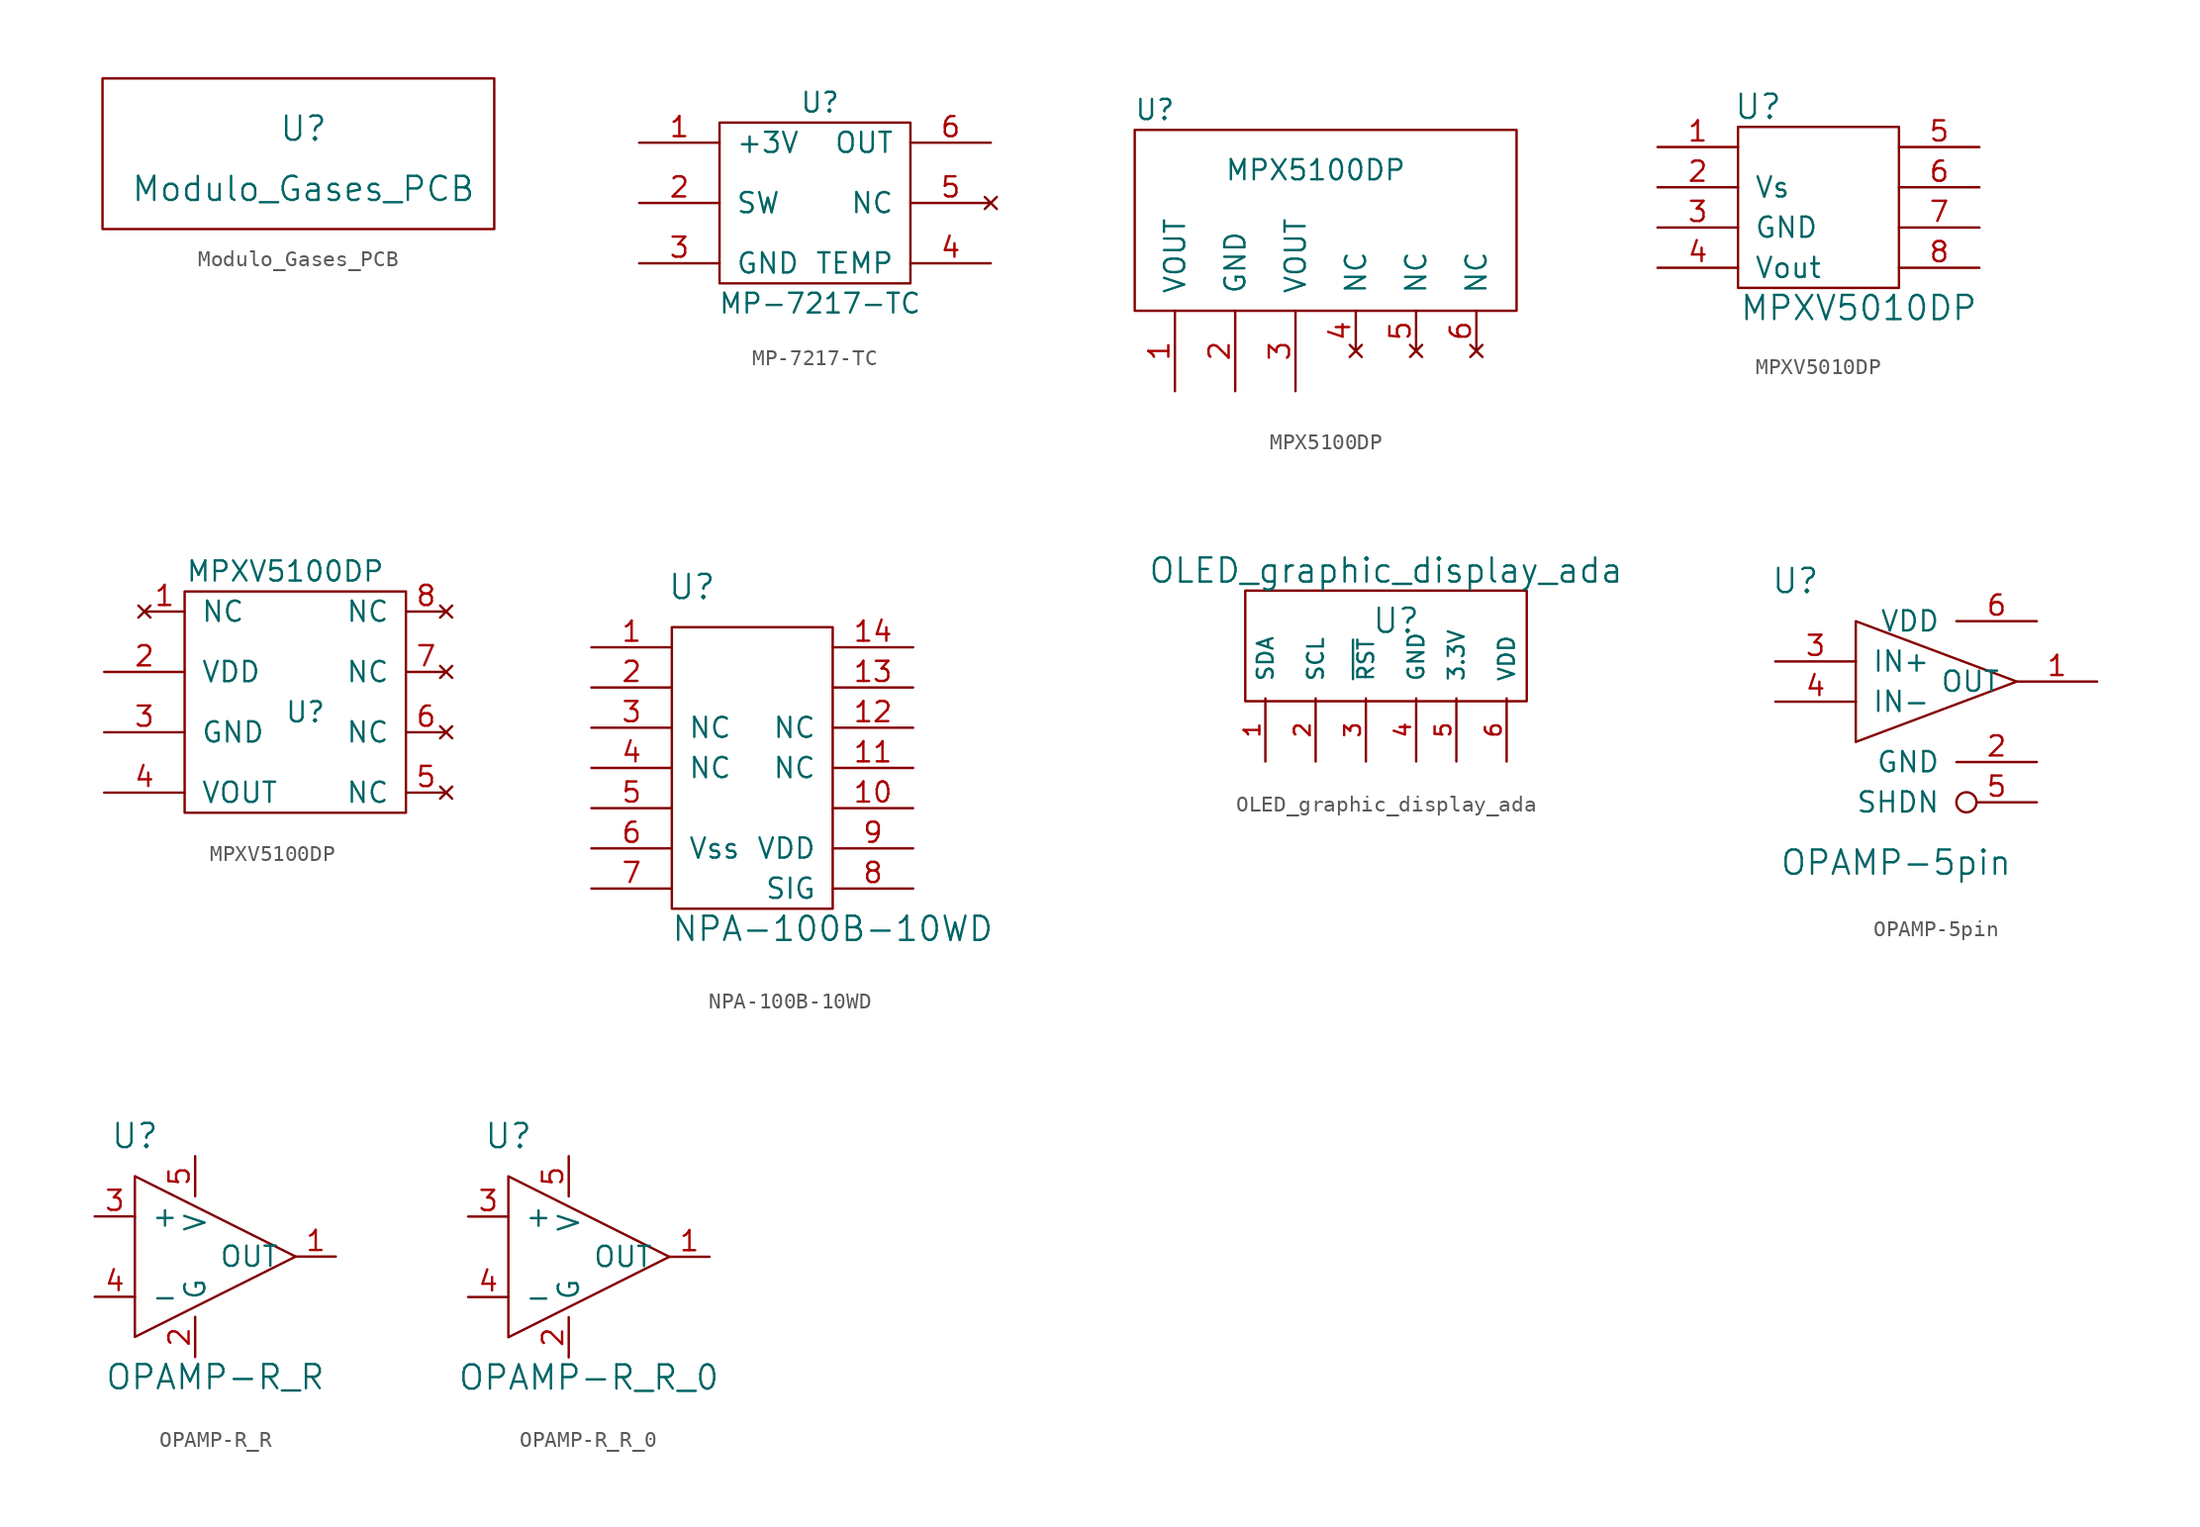
<source format=kicad_sym>
(kicad_symbol_lib
  (version 20211014)
  (generator kicad_symbol_editor)
  (symbol "Modulo_Gases_PCB"
    (pin_names
      (offset 1.016))
    (property "Reference" "U"
      (at 0 10.16 0)
      (effects (font (size 1.524 1.524))))
    (property "Value" "Modulo_Gases_PCB"
      (at 0 6.35 0)
      (effects (font (size 1.524 1.524))))
    (symbol "Modulo_Gases_PCB_0_1"
      (rectangle (start 12.065 3.81) (end -12.7 13.335) (stroke (width 0) (type default) (color 0 0 0 0)) (fill (type none)))))
  (symbol "MP-7217-TC"
    (pin_names
      (offset 1.016))
    (property "Reference" "U"
      (at -3.81 0.635 0)
      (effects (font (size 1.245 1.245))))
    (property "Value" "MP-7217-TC"
      (at -3.81 -12.065 0)
      (effects (font (size 1.245 1.245))))
    (symbol "MP-7217-TC_0_1"
      (rectangle (start 1.905 -0.635) (end -10.16 -10.795) (stroke (width 0) (type default) (color 0 0 0 0)) (fill (type none))))
    (symbol "MP-7217-TC_1_1"
      (pin input line (at -15.24 -1.905 0) (length 5.08) (name "+3V" (effects (font (size 1.27 1.27)))) (number "1" (effects (font (size 1.27 1.27)))))
      (pin input line (at -15.24 -5.715 0) (length 5.08) (name "SW" (effects (font (size 1.27 1.27)))) (number "2" (effects (font (size 1.27 1.27)))))
      (pin input line (at -15.24 -9.525 0) (length 5.08) (name "GND" (effects (font (size 1.27 1.27)))) (number "3" (effects (font (size 1.27 1.27)))))
      (pin input line (at 6.985 -9.525 180) (length 5.08) (name "TEMP" (effects (font (size 1.27 1.27)))) (number "4" (effects (font (size 1.27 1.27)))))
      (pin no_connect line (at 6.985 -5.715 180) (length 5.08) (name "NC" (effects (font (size 1.27 1.27)))) (number "5" (effects (font (size 1.27 1.27)))))
      (pin input line (at 6.985 -1.905 180) (length 5.08) (name "OUT" (effects (font (size 1.27 1.27)))) (number "6" (effects (font (size 1.27 1.27)))))))
  (symbol "MPX5100DP"
    (pin_names
      (offset 1.016))
    (property "Reference" "U"
      (at 1.27 12.7 0)
      (effects (font (size 1.27 1.27))))
    (property "Value" "MPX5100DP"
      (at 11.43 8.89 0)
      (effects (font (size 1.27 1.27))))
    (symbol "MPX5100DP_0_1"
      (rectangle (start 0 0) (end 24.13 11.43) (stroke (width 0) (type default) (color 0 0 0 0)) (fill (type none))))
    (symbol "MPX5100DP_1_1"
      (pin input line (at 2.54 -5.08 90) (length 5.08) (name "VOUT" (effects (font (size 1.27 1.27)))) (number "1" (effects (font (size 1.27 1.27)))))
      (pin input line (at 6.35 -5.08 90) (length 5.08) (name "GND" (effects (font (size 1.27 1.27)))) (number "2" (effects (font (size 1.27 1.27)))))
      (pin input line (at 10.16 -5.08 90) (length 5.08) (name "VOUT" (effects (font (size 1.27 1.27)))) (number "3" (effects (font (size 1.27 1.27)))))
      (pin no_connect line (at 13.97 -2.54 90) (length 2.54) (name "NC" (effects (font (size 1.27 1.27)))) (number "4" (effects (font (size 1.27 1.27)))))
      (pin no_connect line (at 17.78 -2.54 90) (length 2.54) (name "NC" (effects (font (size 1.27 1.27)))) (number "5" (effects (font (size 1.27 1.27)))))
      (pin no_connect line (at 21.59 -2.54 90) (length 2.54) (name "NC" (effects (font (size 1.27 1.27)))) (number "6" (effects (font (size 1.27 1.27)))))))
  (symbol "MPXV5010DP"
    (pin_names
      (offset 1.016))
    (property "Reference" "U"
      (at -3.81 11.43 0)
      (effects (font (size 1.524 1.524))))
    (property "Value" "MPXV5010DP"
      (at 2.54 -1.27 0)
      (effects (font (size 1.524 1.524))))
    (symbol "MPXV5010DP_0_1"
      (rectangle (start -5.08 10.16) (end 5.08 0) (stroke (width 0) (type default) (color 0 0 0 0)) (fill (type none))))
    (symbol "MPXV5010DP_1_1"
      (pin input line (at -10.16 8.89 0) (length 5.08) (name "~" (effects (font (size 1.27 1.27)))) (number "1" (effects (font (size 1.27 1.27)))))
      (pin input line (at -10.16 6.35 0) (length 5.08) (name "Vs" (effects (font (size 1.27 1.27)))) (number "2" (effects (font (size 1.27 1.27)))))
      (pin input line (at -10.16 3.81 0) (length 5.08) (name "GND" (effects (font (size 1.27 1.27)))) (number "3" (effects (font (size 1.27 1.27)))))
      (pin input line (at -10.16 1.27 0) (length 5.08) (name "Vout" (effects (font (size 1.27 1.27)))) (number "4" (effects (font (size 1.27 1.27)))))
      (pin input line (at 10.16 8.89 180) (length 5.08) (name "~" (effects (font (size 1.27 1.27)))) (number "5" (effects (font (size 1.27 1.27)))))
      (pin input line (at 10.16 6.35 180) (length 5.08) (name "~" (effects (font (size 1.27 1.27)))) (number "6" (effects (font (size 1.27 1.27)))))
      (pin input line (at 10.16 3.81 180) (length 5.08) (name "~" (effects (font (size 1.27 1.27)))) (number "7" (effects (font (size 1.27 1.27)))))
      (pin input line (at 10.16 1.27 180) (length 5.08) (name "~" (effects (font (size 1.27 1.27)))) (number "8" (effects (font (size 1.27 1.27)))))))
  (symbol "MPXV5100DP"
    (pin_names
      (offset 1.016))
    (property "Reference" "U"
      (at 7.62 7.62 0)
      (effects (font (size 1.27 1.27))))
    (property "Value" "MPXV5100DP"
      (at 6.35 16.51 0)
      (effects (font (size 1.27 1.27))))
    (symbol "MPXV5100DP_0_1"
      (rectangle (start 0 15.24) (end 13.97 1.27) (stroke (width 0) (type default) (color 0 0 0 0)) (fill (type none))))
    (symbol "MPXV5100DP_1_1"
      (pin no_connect line (at -2.54 13.97 0) (length 2.54) (name "NC" (effects (font (size 1.27 1.27)))) (number "1" (effects (font (size 1.27 1.27)))))
      (pin input line (at -5.08 10.16 0) (length 5.08) (name "VDD" (effects (font (size 1.27 1.27)))) (number "2" (effects (font (size 1.27 1.27)))))
      (pin input line (at -5.08 6.35 0) (length 5.08) (name "GND" (effects (font (size 1.27 1.27)))) (number "3" (effects (font (size 1.27 1.27)))))
      (pin input line (at -5.08 2.54 0) (length 5.08) (name "VOUT" (effects (font (size 1.27 1.27)))) (number "4" (effects (font (size 1.27 1.27)))))
      (pin no_connect line (at 16.51 2.54 180) (length 2.54) (name "NC" (effects (font (size 1.27 1.27)))) (number "5" (effects (font (size 1.27 1.27)))))
      (pin no_connect line (at 16.51 6.35 180) (length 2.54) (name "NC" (effects (font (size 1.27 1.27)))) (number "6" (effects (font (size 1.27 1.27)))))
      (pin no_connect line (at 16.51 10.16 180) (length 2.54) (name "NC" (effects (font (size 1.27 1.27)))) (number "7" (effects (font (size 1.27 1.27)))))
      (pin no_connect line (at 16.51 13.97 180) (length 2.54) (name "NC" (effects (font (size 1.27 1.27)))) (number "8" (effects (font (size 1.27 1.27)))))))
  (symbol "NPA-100B-10WD"
    (pin_names
      (offset 1.016))
    (property "Reference" "U"
      (at -3.81 20.32 0)
      (effects (font (size 1.524 1.524))))
    (property "Value" "NPA-100B-10WD"
      (at 5.08 -1.27 0)
      (effects (font (size 1.524 1.524))))
    (symbol "NPA-100B-10WD_0_1"
      (rectangle (start -5.08 17.78) (end 5.08 0) (stroke (width 0) (type default) (color 0 0 0 0)) (fill (type none))))
    (symbol "NPA-100B-10WD_1_1"
      (pin input line (at -10.16 16.51 0) (length 5.08) (name "~" (effects (font (size 1.27 1.27)))) (number "1" (effects (font (size 1.27 1.27)))))
      (pin input line (at 10.16 6.35 180) (length 5.08) (name "~" (effects (font (size 1.27 1.27)))) (number "10" (effects (font (size 1.27 1.27)))))
      (pin input line (at 10.16 8.89 180) (length 5.08) (name "NC" (effects (font (size 1.27 1.27)))) (number "11" (effects (font (size 1.27 1.27)))))
      (pin input line (at 10.16 11.43 180) (length 5.08) (name "NC" (effects (font (size 1.27 1.27)))) (number "12" (effects (font (size 1.27 1.27)))))
      (pin input line (at 10.16 13.97 180) (length 5.08) (name "~" (effects (font (size 1.27 1.27)))) (number "13" (effects (font (size 1.27 1.27)))))
      (pin input line (at 10.16 16.51 180) (length 5.08) (name "~" (effects (font (size 1.27 1.27)))) (number "14" (effects (font (size 1.27 1.27)))))
      (pin input line (at -10.16 13.97 0) (length 5.08) (name "~" (effects (font (size 1.27 1.27)))) (number "2" (effects (font (size 1.27 1.27)))))
      (pin input line (at -10.16 11.43 0) (length 5.08) (name "NC" (effects (font (size 1.27 1.27)))) (number "3" (effects (font (size 1.27 1.27)))))
      (pin input line (at -10.16 8.89 0) (length 5.08) (name "NC" (effects (font (size 1.27 1.27)))) (number "4" (effects (font (size 1.27 1.27)))))
      (pin input line (at -10.16 6.35 0) (length 5.08) (name "~" (effects (font (size 1.27 1.27)))) (number "5" (effects (font (size 1.27 1.27)))))
      (pin input line (at -10.16 3.81 0) (length 5.08) (name "Vss" (effects (font (size 1.27 1.27)))) (number "6" (effects (font (size 1.27 1.27)))))
      (pin input line (at -10.16 1.27 0) (length 5.08) (name "~" (effects (font (size 1.27 1.27)))) (number "7" (effects (font (size 1.27 1.27)))))
      (pin input line (at 10.16 1.27 180) (length 5.08) (name "SIG" (effects (font (size 1.27 1.27)))) (number "8" (effects (font (size 1.27 1.27)))))
      (pin input line (at 10.16 3.81 180) (length 5.08) (name "VDD" (effects (font (size 1.27 1.27)))) (number "9" (effects (font (size 1.27 1.27)))))))
  (symbol "OLED_graphic_display_ada"
    (pin_names
      (offset 1.016))
    (property "Reference" "U"
      (at 0.635 2.54 0)
      (effects (font (size 1.524 1.524))))
    (property "Value" "OLED_graphic_display_ada"
      (at 0 5.715 0)
      (effects (font (size 1.524 1.524))))
    (symbol "OLED_graphic_display_ada_0_1"
      (rectangle (start 8.89 4.445) (end -8.89 -2.54) (stroke (width 0) (type default) (color 0 0 0 0)) (fill (type none))))
    (symbol "OLED_graphic_display_ada_1_1"
      (pin input line (at -7.62 -6.35 90) (length 3.988) (name "SDA" (effects (font (size 0.991 0.991)))) (number "1" (effects (font (size 0.991 0.991)))))
      (pin input line (at -4.445 -6.35 90) (length 3.988) (name "SCL" (effects (font (size 0.991 0.991)))) (number "2" (effects (font (size 0.991 0.991)))))
      (pin input line (at -1.27 -6.35 90) (length 3.988) (name "~{RST}" (effects (font (size 0.991 0.991)))) (number "3" (effects (font (size 0.991 0.991)))))
      (pin input line (at 1.905 -6.35 90) (length 3.988) (name "GND" (effects (font (size 0.991 0.991)))) (number "4" (effects (font (size 0.991 0.991)))))
      (pin input line (at 4.445 -6.35 90) (length 3.988) (name "3.3V" (effects (font (size 0.991 0.991)))) (number "5" (effects (font (size 0.991 0.991)))))
      (pin input line (at 7.62 -6.35 90) (length 3.988) (name "VDD" (effects (font (size 0.991 0.991)))) (number "6" (effects (font (size 0.991 0.991)))))))
  (symbol "OPAMP-5pin"
    (pin_names
      (offset 1.016))
    (property "Reference" "U"
      (at -7.62 6.35 0)
      (effects (font (size 1.524 1.524))))
    (property "Value" "OPAMP-5pin"
      (at -1.27 -11.43 0)
      (effects (font (size 1.524 1.524))))
    (symbol "OPAMP-5pin_0_1"
      (polyline (pts (xy 6.35 0) (xy -3.81 3.81) (xy -3.81 -3.81) (xy 6.35 0)) (stroke (width 0) (type default) (color 0 0 0 0)) (fill (type none))))
    (symbol "OPAMP-5pin_1_1"
      (pin output line (at 11.43 0 180) (length 5.08) (name "OUT" (effects (font (size 1.27 1.27)))) (number "1" (effects (font (size 1.27 1.27)))))
      (pin power_in line (at 7.62 -5.08 180) (length 5.08) (name "GND" (effects (font (size 1.27 1.27)))) (number "2" (effects (font (size 1.27 1.27)))))
      (pin input line (at -8.89 1.27 0) (length 5.08) (name "IN+" (effects (font (size 1.27 1.27)))) (number "3" (effects (font (size 1.27 1.27)))))
      (pin input line (at -8.89 -1.27 0) (length 5.08) (name "IN-" (effects (font (size 1.27 1.27)))) (number "4" (effects (font (size 1.27 1.27)))))
      (pin input inverted (at 7.62 -7.62 180) (length 5.08) (name "SHDN" (effects (font (size 1.27 1.27)))) (number "5" (effects (font (size 1.27 1.27)))))
      (pin power_in line (at 7.62 3.81 180) (length 5.08) (name "VDD" (effects (font (size 1.27 1.27)))) (number "6" (effects (font (size 1.27 1.27)))))))
  (symbol "OPAMP-R_R"
    (pin_names
      (offset 1.016))
    (property "Reference" "U"
      (at -3.81 7.62 0)
      (effects (font (size 1.524 1.524))))
    (property "Value" "OPAMP-R_R"
      (at 1.27 -7.62 0)
      (effects (font (size 1.524 1.524))))
    (symbol "OPAMP-R_R_0_1"
      (polyline (pts (xy -3.81 5.08) (xy 6.35 0) (xy -3.81 -5.08) (xy -3.81 5.08)) (stroke (width 0) (type default) (color 0 0 0 0)) (fill (type none))))
    (symbol "OPAMP-R_R_1_1"
      (pin output line (at 8.89 0 180) (length 2.54) (name "OUT" (effects (font (size 1.27 1.27)))) (number "1" (effects (font (size 1.27 1.27)))))
      (pin output line (at 0 -6.35 90) (length 2.54) (name "G" (effects (font (size 1.27 1.27)))) (number "2" (effects (font (size 1.27 1.27)))))
      (pin input line (at -6.35 2.54 0) (length 2.54) (name "+" (effects (font (size 1.27 1.27)))) (number "3" (effects (font (size 1.27 1.27)))))
      (pin input line (at -6.35 -2.54 0) (length 2.54) (name "-" (effects (font (size 1.27 1.27)))) (number "4" (effects (font (size 1.27 1.27)))))
      (pin input line (at 0 6.35 270) (length 2.54) (name "V" (effects (font (size 1.27 1.27)))) (number "5" (effects (font (size 1.27 1.27)))))))
  (symbol "OPAMP-R_R_0"
    (pin_names
      (offset 1.016))
    (property "Reference" "U"
      (at -3.81 7.62 0)
      (effects (font (size 1.524 1.524))))
    (property "Value" "OPAMP-R_R_0"
      (at 1.27 -7.62 0)
      (effects (font (size 1.524 1.524))))
    (symbol "OPAMP-R_R_0_0_1"
      (polyline (pts (xy -3.81 5.08) (xy 6.35 0) (xy -3.81 -5.08) (xy -3.81 5.08)) (stroke (width 0) (type default) (color 0 0 0 0)) (fill (type none))))
    (symbol "OPAMP-R_R_0_1_1"
      (pin output line (at 8.89 0 180) (length 2.54) (name "OUT" (effects (font (size 1.27 1.27)))) (number "1" (effects (font (size 1.27 1.27)))))
      (pin output line (at 0 -6.35 90) (length 2.54) (name "G" (effects (font (size 1.27 1.27)))) (number "2" (effects (font (size 1.27 1.27)))))
      (pin input line (at -6.35 2.54 0) (length 2.54) (name "+" (effects (font (size 1.27 1.27)))) (number "3" (effects (font (size 1.27 1.27)))))
      (pin input line (at -6.35 -2.54 0) (length 2.54) (name "-" (effects (font (size 1.27 1.27)))) (number "4" (effects (font (size 1.27 1.27)))))
      (pin input line (at 0 6.35 270) (length 2.54) (name "V" (effects (font (size 1.27 1.27)))) (number "5" (effects (font (size 1.27 1.27))))))))
</source>
